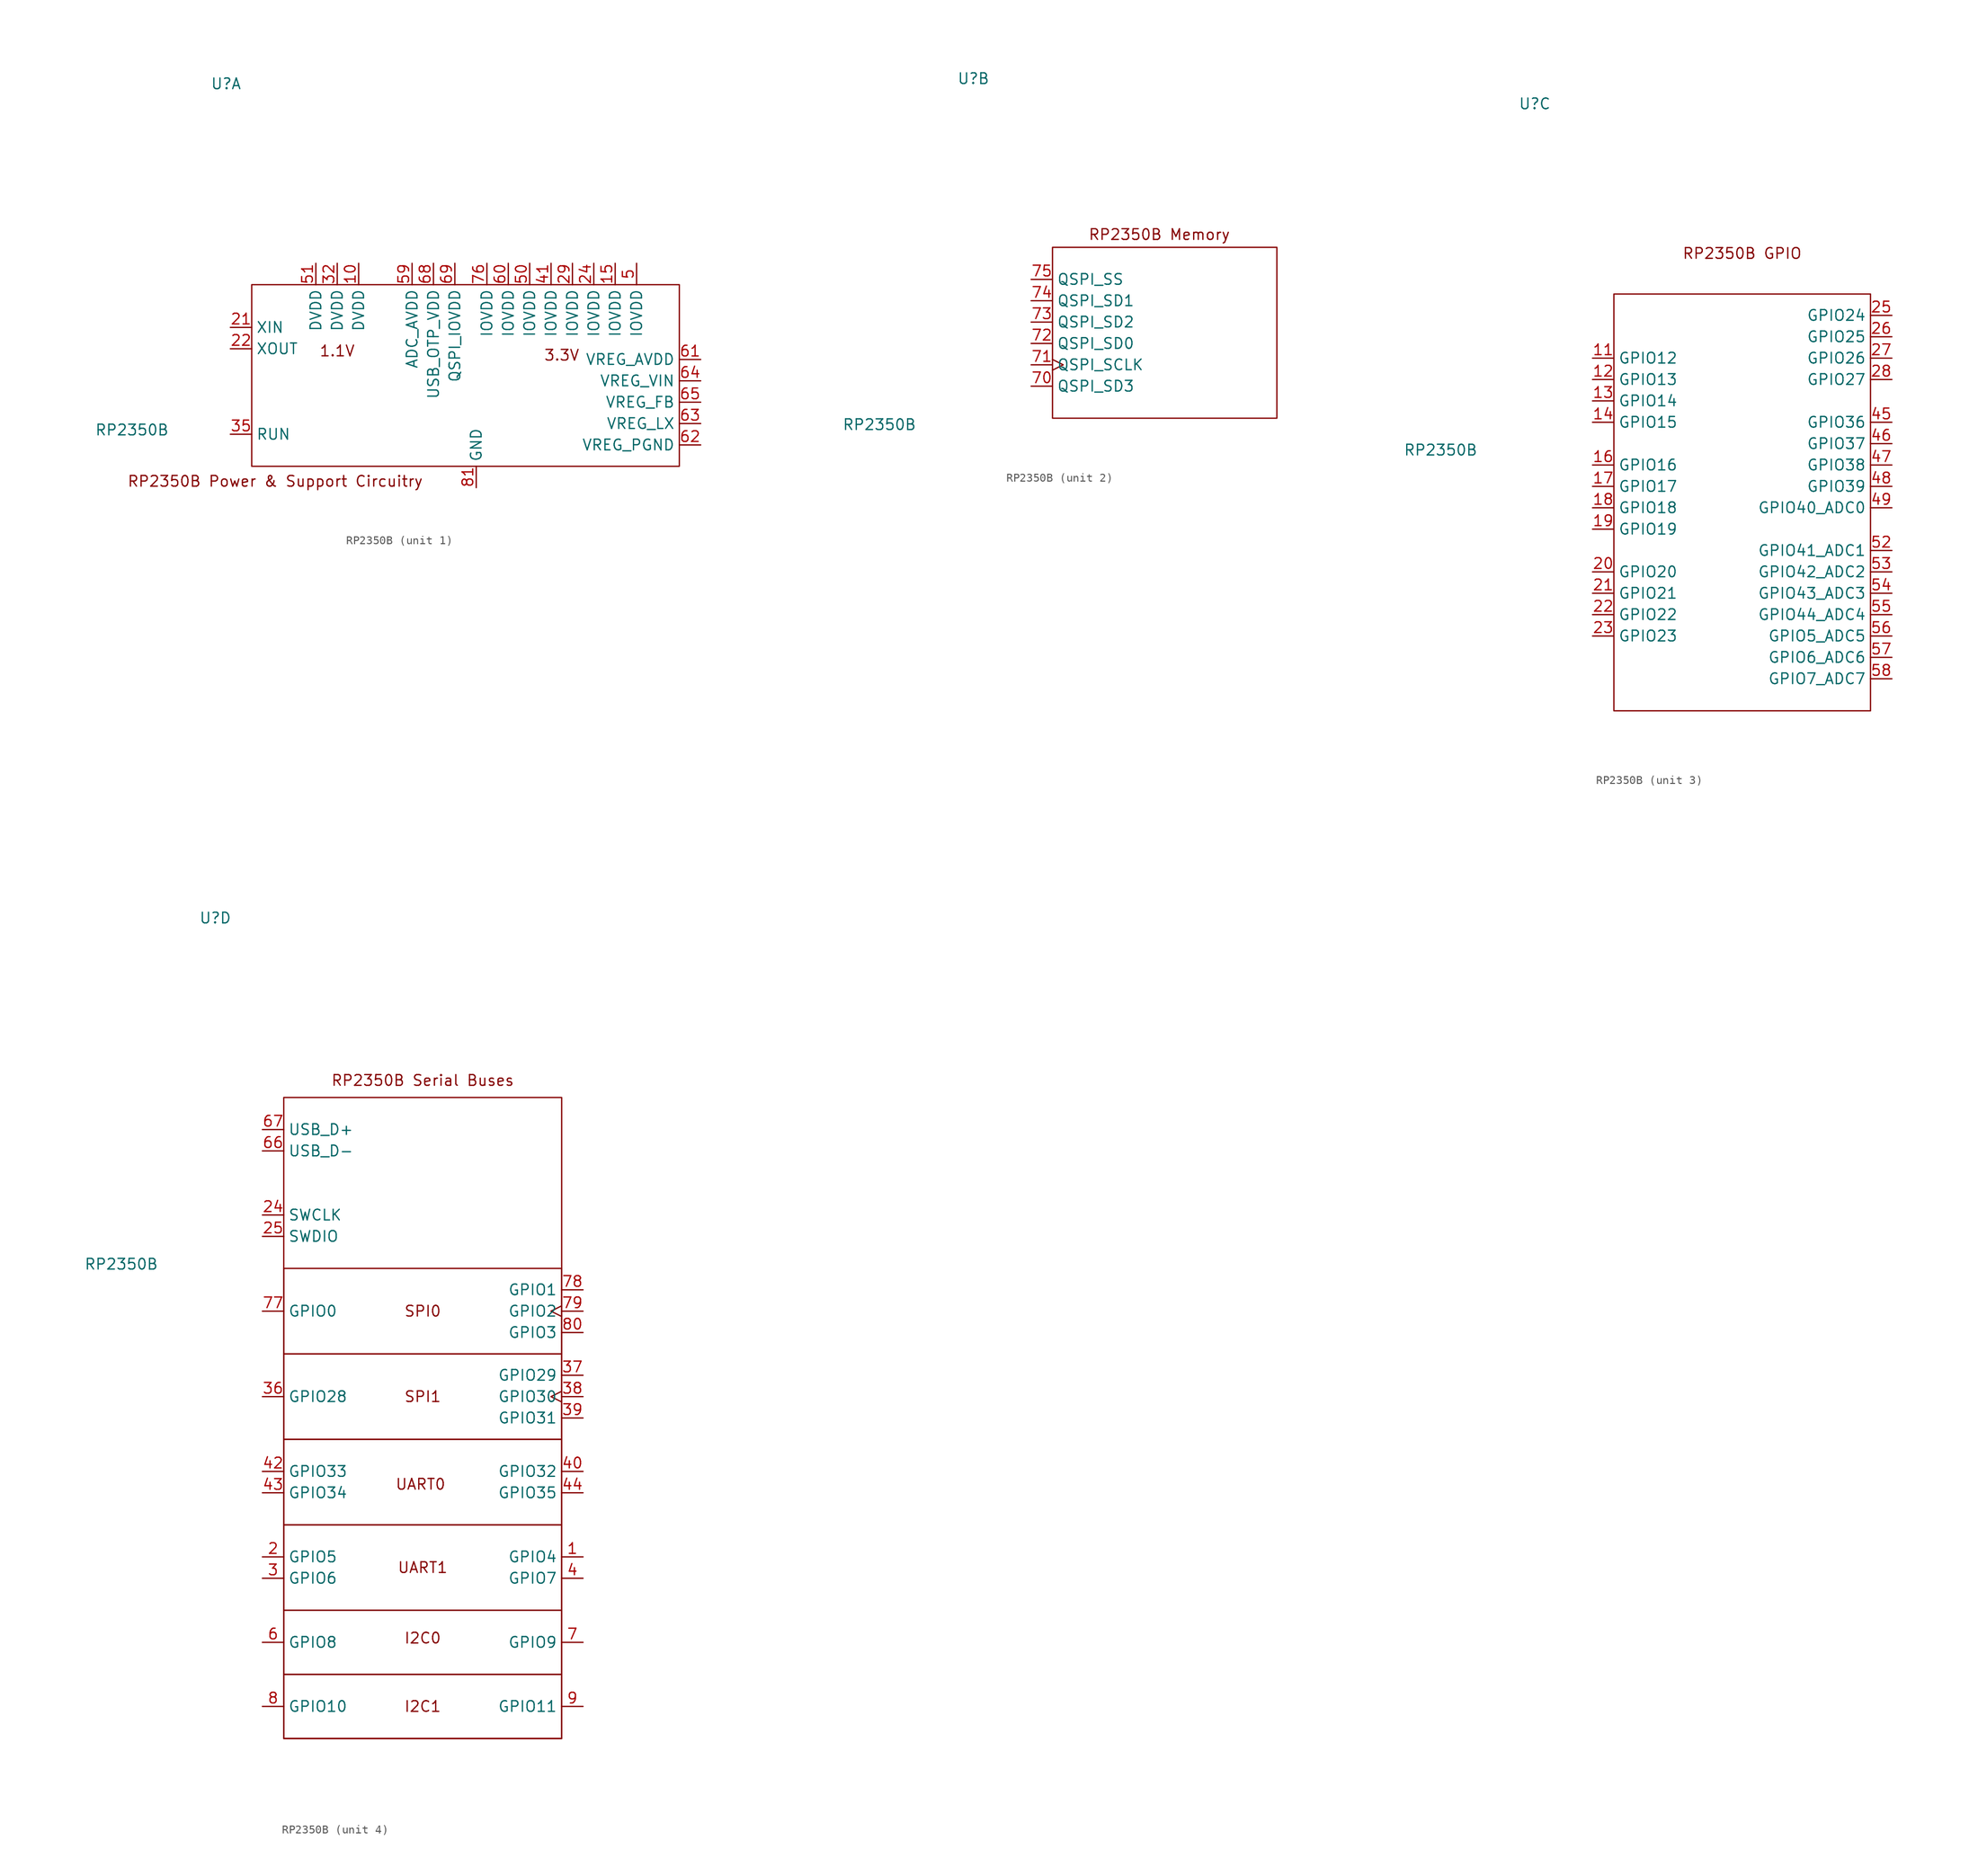
<source format=kicad_sym>
(kicad_symbol_lib
  (version 20241209)
  (generator "kicad_symbol_editor")
  (generator_version "9.0")
  (symbol "RP2350B"
    (property "Reference" "U"
      (at -24.638 30.226 0)
      (effects (font (size 1.27 1.27))))
    (property "Value" "RP2350B"
      (at -35.814 -10.922 0)
      (effects (font (size 1.27 1.27))))
    (property "ki_locked" ""
      (at 0 0 0)
      (effects (font (size 1.27 1.27))))
    (symbol "RP2350B_1_1"
      (rectangle (start -21.59 6.35) (end 29.21 -15.24) (stroke (width 0) (type default)) (fill (type none)))
      (text "RP2350B Power & Support Circuitry" (at -18.796 -17.018 0) (effects (font (size 1.27 1.27))))
      (text "1.1V" (at -11.43 -1.524 0) (effects (font (size 1.27 1.27))))
      (text "3.3V" (at 15.24 -2.032 0) (effects (font (size 1.27 1.27))))
      (pin input line (at -24.13 1.27 0) (length 2.54) (name "XIN" (effects (font (size 1.27 1.27)))) (number "21" (effects (font (size 1.27 1.27)))))
      (pin output line (at -24.13 -1.27 0) (length 2.54) (name "XOUT" (effects (font (size 1.27 1.27)))) (number "22" (effects (font (size 1.27 1.27)))))
      (pin power_in line (at -24.13 -11.43 0) (length 2.54) (name "RUN" (effects (font (size 1.27 1.27)))) (number "35" (effects (font (size 1.27 1.27)))))
      (pin power_in line (at -13.97 8.89 270) (length 2.54) (name "DVDD" (effects (font (size 1.27 1.27)))) (number "51" (effects (font (size 1.27 1.27)))))
      (pin power_in line (at -11.43 8.89 270) (length 2.54) (name "DVDD" (effects (font (size 1.27 1.27)))) (number "32" (effects (font (size 1.27 1.27)))))
      (pin power_in line (at -8.89 8.89 270) (length 2.54) (name "DVDD" (effects (font (size 1.27 1.27)))) (number "10" (effects (font (size 1.27 1.27)))))
      (pin power_in line (at -2.54 8.89 270) (length 2.54) (name "ADC_AVDD" (effects (font (size 1.27 1.27)))) (number "59" (effects (font (size 1.27 1.27)))))
      (pin power_in line (at 0 8.89 270) (length 2.54) (name "USB_OTP_VDD" (effects (font (size 1.27 1.27)))) (number "68" (effects (font (size 1.27 1.27)))))
      (pin power_in line (at 2.54 8.89 270) (length 2.54) (name "QSPI_IOVDD" (effects (font (size 1.27 1.27)))) (number "69" (effects (font (size 1.27 1.27)))))
      (pin input line (at 5.08 -17.78 90) (length 2.54) (name "GND" (effects (font (size 1.27 1.27)))) (number "81" (effects (font (size 1.27 1.27)))))
      (pin power_in line (at 6.35 8.89 270) (length 2.54) (name "IOVDD" (effects (font (size 1.27 1.27)))) (number "76" (effects (font (size 1.27 1.27)))))
      (pin power_in line (at 8.89 8.89 270) (length 2.54) (name "IOVDD" (effects (font (size 1.27 1.27)))) (number "60" (effects (font (size 1.27 1.27)))))
      (pin power_in line (at 11.43 8.89 270) (length 2.54) (name "IOVDD" (effects (font (size 1.27 1.27)))) (number "50" (effects (font (size 1.27 1.27)))))
      (pin power_in line (at 13.97 8.89 270) (length 2.54) (name "IOVDD" (effects (font (size 1.27 1.27)))) (number "41" (effects (font (size 1.27 1.27)))))
      (pin power_in line (at 16.51 8.89 270) (length 2.54) (name "IOVDD" (effects (font (size 1.27 1.27)))) (number "29" (effects (font (size 1.27 1.27)))))
      (pin power_in line (at 19.05 8.89 270) (length 2.54) (name "IOVDD" (effects (font (size 1.27 1.27)))) (number "24" (effects (font (size 1.27 1.27)))))
      (pin power_in line (at 21.59 8.89 270) (length 2.54) (name "IOVDD" (effects (font (size 1.27 1.27)))) (number "15" (effects (font (size 1.27 1.27)))))
      (pin power_in line (at 24.13 8.89 270) (length 2.54) (name "IOVDD" (effects (font (size 1.27 1.27)))) (number "5" (effects (font (size 1.27 1.27)))))
      (pin power_out line (at 31.75 -2.54 180) (length 2.54) (name "VREG_AVDD" (effects (font (size 1.27 1.27)))) (number "61" (effects (font (size 1.27 1.27)))))
      (pin power_in line (at 31.75 -5.08 180) (length 2.54) (name "VREG_VIN" (effects (font (size 1.27 1.27)))) (number "64" (effects (font (size 1.27 1.27)))))
      (pin power_in line (at 31.75 -7.62 180) (length 2.54) (name "VREG_FB" (effects (font (size 1.27 1.27)))) (number "65" (effects (font (size 1.27 1.27)))))
      (pin power_out line (at 31.75 -10.16 180) (length 2.54) (name "VREG_LX" (effects (font (size 1.27 1.27)))) (number "63" (effects (font (size 1.27 1.27)))))
      (pin input line (at 31.75 -12.7 180) (length 2.54) (name "VREG_PGND" (effects (font (size 1.27 1.27)))) (number "62" (effects (font (size 1.27 1.27))))))
    (symbol "RP2350B_2_1"
      (rectangle (start -15.24 10.16) (end 11.43 -10.16) (stroke (width 0) (type default)) (fill (type none)))
      (text "RP2350B Memory" (at -2.54 11.684 0) (effects (font (size 1.27 1.27))))
      (pin bidirectional line (at -17.78 6.35 0) (length 2.54) (name "QSPI_SS" (effects (font (size 1.27 1.27)))) (number "75" (effects (font (size 1.27 1.27)))))
      (pin bidirectional line (at -17.78 3.81 0) (length 2.54) (name "QSPI_SD1" (effects (font (size 1.27 1.27)))) (number "74" (effects (font (size 1.27 1.27)))))
      (pin bidirectional line (at -17.78 1.27 0) (length 2.54) (name "QSPI_SD2" (effects (font (size 1.27 1.27)))) (number "73" (effects (font (size 1.27 1.27)))))
      (pin bidirectional line (at -17.78 -1.27 0) (length 2.54) (name "QSPI_SD0" (effects (font (size 1.27 1.27)))) (number "72" (effects (font (size 1.27 1.27)))))
      (pin output clock (at -17.78 -3.81 0) (length 2.54) (name "QSPI_SCLK" (effects (font (size 1.27 1.27)))) (number "71" (effects (font (size 1.27 1.27)))))
      (pin bidirectional line (at -17.78 -6.35 0) (length 2.54) (name "QSPI_SD3" (effects (font (size 1.27 1.27)))) (number "70" (effects (font (size 1.27 1.27))))))
    (symbol "RP2350B_3_1"
      (rectangle (start -15.24 7.62) (end 15.24 -41.91) (stroke (width 0) (type default)) (fill (type none)))
      (text "RP2350B GPIO" (at 0 12.446 0) (effects (font (size 1.27 1.27))))
      (pin bidirectional line (at -17.78 0 0) (length 2.54) (name "GPIO12" (effects (font (size 1.27 1.27)))) (number "11" (effects (font (size 1.27 1.27)))))
      (pin bidirectional line (at -17.78 -2.54 0) (length 2.54) (name "GPIO13" (effects (font (size 1.27 1.27)))) (number "12" (effects (font (size 1.27 1.27)))))
      (pin bidirectional line (at -17.78 -5.08 0) (length 2.54) (name "GPIO14" (effects (font (size 1.27 1.27)))) (number "13" (effects (font (size 1.27 1.27)))))
      (pin bidirectional line (at -17.78 -7.62 0) (length 2.54) (name "GPIO15" (effects (font (size 1.27 1.27)))) (number "14" (effects (font (size 1.27 1.27)))))
      (pin bidirectional line (at -17.78 -12.7 0) (length 2.54) (name "GPIO16" (effects (font (size 1.27 1.27)))) (number "16" (effects (font (size 1.27 1.27)))))
      (pin bidirectional line (at -17.78 -15.24 0) (length 2.54) (name "GPIO17" (effects (font (size 1.27 1.27)))) (number "17" (effects (font (size 1.27 1.27)))))
      (pin bidirectional line (at -17.78 -17.78 0) (length 2.54) (name "GPIO18" (effects (font (size 1.27 1.27)))) (number "18" (effects (font (size 1.27 1.27)))))
      (pin bidirectional line (at -17.78 -20.32 0) (length 2.54) (name "GPIO19" (effects (font (size 1.27 1.27)))) (number "19" (effects (font (size 1.27 1.27)))))
      (pin bidirectional line (at -17.78 -25.4 0) (length 2.54) (name "GPIO20" (effects (font (size 1.27 1.27)))) (number "20" (effects (font (size 1.27 1.27)))))
      (pin bidirectional line (at -17.78 -27.94 0) (length 2.54) (name "GPIO21" (effects (font (size 1.27 1.27)))) (number "21" (effects (font (size 1.27 1.27)))))
      (pin bidirectional line (at -17.78 -30.48 0) (length 2.54) (name "GPIO22" (effects (font (size 1.27 1.27)))) (number "22" (effects (font (size 1.27 1.27)))))
      (pin bidirectional line (at -17.78 -33.02 0) (length 2.54) (name "GPIO23" (effects (font (size 1.27 1.27)))) (number "23" (effects (font (size 1.27 1.27)))))
      (pin bidirectional line (at 17.78 5.08 180) (length 2.54) (name "GPIO24" (effects (font (size 1.27 1.27)))) (number "25" (effects (font (size 1.27 1.27)))))
      (pin bidirectional line (at 17.78 2.54 180) (length 2.54) (name "GPIO25" (effects (font (size 1.27 1.27)))) (number "26" (effects (font (size 1.27 1.27)))))
      (pin bidirectional line (at 17.78 0 180) (length 2.54) (name "GPIO26" (effects (font (size 1.27 1.27)))) (number "27" (effects (font (size 1.27 1.27)))))
      (pin bidirectional line (at 17.78 -2.54 180) (length 2.54) (name "GPIO27" (effects (font (size 1.27 1.27)))) (number "28" (effects (font (size 1.27 1.27)))))
      (pin bidirectional line (at 17.78 -7.62 180) (length 2.54) (name "GPIO36" (effects (font (size 1.27 1.27)))) (number "45" (effects (font (size 1.27 1.27)))))
      (pin bidirectional line (at 17.78 -10.16 180) (length 2.54) (name "GPIO37" (effects (font (size 1.27 1.27)))) (number "46" (effects (font (size 1.27 1.27)))))
      (pin bidirectional line (at 17.78 -12.7 180) (length 2.54) (name "GPIO38" (effects (font (size 1.27 1.27)))) (number "47" (effects (font (size 1.27 1.27)))))
      (pin bidirectional line (at 17.78 -15.24 180) (length 2.54) (name "GPIO39" (effects (font (size 1.27 1.27)))) (number "48" (effects (font (size 1.27 1.27)))))
      (pin bidirectional line (at 17.78 -17.78 180) (length 2.54) (name "GPIO40_ADC0" (effects (font (size 1.27 1.27)))) (number "49" (effects (font (size 1.27 1.27)))))
      (pin bidirectional line (at 17.78 -22.86 180) (length 2.54) (name "GPIO41_ADC1" (effects (font (size 1.27 1.27)))) (number "52" (effects (font (size 1.27 1.27)))))
      (pin bidirectional line (at 17.78 -25.4 180) (length 2.54) (name "GPIO42_ADC2" (effects (font (size 1.27 1.27)))) (number "53" (effects (font (size 1.27 1.27)))))
      (pin bidirectional line (at 17.78 -27.94 180) (length 2.54) (name "GPIO43_ADC3" (effects (font (size 1.27 1.27)))) (number "54" (effects (font (size 1.27 1.27)))))
      (pin bidirectional line (at 17.78 -30.48 180) (length 2.54) (name "GPIO44_ADC4" (effects (font (size 1.27 1.27)))) (number "55" (effects (font (size 1.27 1.27)))))
      (pin bidirectional line (at 17.78 -33.02 180) (length 2.54) (name "GPIO5_ADC5" (effects (font (size 1.27 1.27)))) (number "56" (effects (font (size 1.27 1.27)))))
      (pin bidirectional line (at 17.78 -35.56 180) (length 2.54) (name "GPIO6_ADC6" (effects (font (size 1.27 1.27)))) (number "57" (effects (font (size 1.27 1.27)))))
      (pin bidirectional line (at 17.78 -38.1 180) (length 2.54) (name "GPIO7_ADC7" (effects (font (size 1.27 1.27)))) (number "58" (effects (font (size 1.27 1.27))))))
    (symbol "RP2350B_4_1"
      (rectangle (start -16.51 8.89) (end 16.51 -67.31) (stroke (width 0) (type default)) (fill (type none)))
      (rectangle (start -16.51 -11.43) (end 16.51 -21.59) (stroke (width 0) (type solid)) (fill (type none)))
      (rectangle (start -16.51 -21.59) (end 16.51 -31.75) (stroke (width 0) (type solid)) (fill (type none)))
      (rectangle (start -16.51 -31.75) (end 16.51 -41.91) (stroke (width 0) (type solid)) (fill (type none)))
      (rectangle (start -16.51 -41.91) (end 16.51 -52.07) (stroke (width 0) (type solid)) (fill (type none)))
      (rectangle (start -16.51 -52.07) (end 16.51 -59.69) (stroke (width 0) (type solid)) (fill (type none)))
      (rectangle (start -16.51 -59.69) (end 16.51 -67.31) (stroke (width 0) (type solid)) (fill (type none)))
      (text "UART0\n" (at -0.254 -37.084 0) (effects (font (size 1.27 1.27))))
      (text "RP2350B Serial Buses" (at 0 10.922 0) (effects (font (size 1.27 1.27))))
      (text "SPI0" (at 0 -16.51 0) (effects (font (size 1.27 1.27))))
      (text "SPI1" (at 0 -26.67 0) (effects (font (size 1.27 1.27))))
      (text "UART1" (at 0 -46.99 0) (effects (font (size 1.27 1.27))))
      (text "I2C0\n" (at 0 -55.372 0) (effects (font (size 1.27 1.27))))
      (text "I2C1\n" (at 0 -63.5 0) (effects (font (size 1.27 1.27))))
      (pin bidirectional line (at -19.05 5.08 0) (length 2.54) (name "USB_D+" (effects (font (size 1.27 1.27)))) (number "67" (effects (font (size 1.27 1.27)))))
      (pin bidirectional line (at -19.05 2.54 0) (length 2.54) (name "USB_D-" (effects (font (size 1.27 1.27)))) (number "66" (effects (font (size 1.27 1.27)))))
      (pin input line (at -19.05 -5.08 0) (length 2.54) (name "SWCLK" (effects (font (size 1.27 1.27)))) (number "24" (effects (font (size 1.27 1.27)))))
      (pin input line (at -19.05 -7.62 0) (length 2.54) (name "SWDIO" (effects (font (size 1.27 1.27)))) (number "25" (effects (font (size 1.27 1.27)))))
      (pin input line (at -19.05 -16.51 0) (length 2.54) (name "GPIO0" (effects (font (size 1.27 1.27)))) (number "77" (effects (font (size 1.27 1.27)))) (alternate "SPI0 MISO" input line))
      (pin input line (at -19.05 -26.67 0) (length 2.54) (name "GPIO28" (effects (font (size 1.27 1.27)))) (number "36" (effects (font (size 1.27 1.27)))) (alternate "SPI1 MISO" input line))
      (pin input line (at -19.05 -35.56 0) (length 2.54) (name "GPIO33" (effects (font (size 1.27 1.27)))) (number "42" (effects (font (size 1.27 1.27)))) (alternate "UART0 RX" bidirectional line))
      (pin input line (at -19.05 -38.1 0) (length 2.54) (name "GPIO34" (effects (font (size 1.27 1.27)))) (number "43" (effects (font (size 1.27 1.27)))) (alternate "UART0 CTS" bidirectional line))
      (pin input line (at -19.05 -45.72 0) (length 2.54) (name "GPIO5" (effects (font (size 1.27 1.27)))) (number "2" (effects (font (size 1.27 1.27)))) (alternate "UART1 RX" input line))
      (pin input line (at -19.05 -48.26 0) (length 2.54) (name "GPIO6" (effects (font (size 1.27 1.27)))) (number "3" (effects (font (size 1.27 1.27)))) (alternate "UART1 CTS" bidirectional line))
      (pin bidirectional line (at -19.05 -55.88 0) (length 2.54) (name "GPIO8" (effects (font (size 1.27 1.27)))) (number "6" (effects (font (size 1.27 1.27)))) (alternate "I2C0 SDA" bidirectional line))
      (pin bidirectional line (at -19.05 -63.5 0) (length 2.54) (name "GPIO10" (effects (font (size 1.27 1.27)))) (number "8" (effects (font (size 1.27 1.27)))) (alternate "I2C1 SDA" bidirectional line))
      (pin output line (at 19.05 -13.97 180) (length 2.54) (name "GPIO1" (effects (font (size 1.27 1.27)))) (number "78" (effects (font (size 1.27 1.27)))) (alternate "SPI1 CS0" output line))
      (pin output clock (at 19.05 -16.51 180) (length 2.54) (name "GPIO2" (effects (font (size 1.27 1.27)))) (number "79" (effects (font (size 1.27 1.27)))) (alternate "SPI0 SCK" output clock))
      (pin output line (at 19.05 -19.05 180) (length 2.54) (name "GPIO3" (effects (font (size 1.27 1.27)))) (number "80" (effects (font (size 1.27 1.27)))) (alternate "SPI0 MOSI" output line))
      (pin output line (at 19.05 -24.13 180) (length 2.54) (name "GPIO29" (effects (font (size 1.27 1.27)))) (number "37" (effects (font (size 1.27 1.27)))) (alternate "SPI1 CS0" output line))
      (pin output clock (at 19.05 -26.67 180) (length 2.54) (name "GPIO30" (effects (font (size 1.27 1.27)))) (number "38" (effects (font (size 1.27 1.27)))) (alternate "SPI1 SCK" output clock))
      (pin output line (at 19.05 -29.21 180) (length 2.54) (name "GPIO31" (effects (font (size 1.27 1.27)))) (number "39" (effects (font (size 1.27 1.27)))) (alternate "SPI1 MOSI" output line))
      (pin output line (at 19.05 -35.56 180) (length 2.54) (name "GPIO32" (effects (font (size 1.27 1.27)))) (number "40" (effects (font (size 1.27 1.27)))) (alternate "UART0 TX" output line))
      (pin output line (at 19.05 -38.1 180) (length 2.54) (name "GPIO35" (effects (font (size 1.27 1.27)))) (number "44" (effects (font (size 1.27 1.27)))) (alternate "UART0 RTS" bidirectional line))
      (pin output line (at 19.05 -45.72 180) (length 2.54) (name "GPIO4" (effects (font (size 1.27 1.27)))) (number "1" (effects (font (size 1.27 1.27)))) (alternate "UART1 TX" output line))
      (pin output line (at 19.05 -48.26 180) (length 2.54) (name "GPIO7" (effects (font (size 1.27 1.27)))) (number "4" (effects (font (size 1.27 1.27)))) (alternate "UART1 RTS" output line))
      (pin output line (at 19.05 -55.88 180) (length 2.54) (name "GPIO9" (effects (font (size 1.27 1.27)))) (number "7" (effects (font (size 1.27 1.27)))) (alternate "I2C0 SCL" bidirectional line))
      (pin output line (at 19.05 -63.5 180) (length 2.54) (name "GPIO11" (effects (font (size 1.27 1.27)))) (number "9" (effects (font (size 1.27 1.27)))) (alternate "I2C1 SCL" output line)))))
</source>
